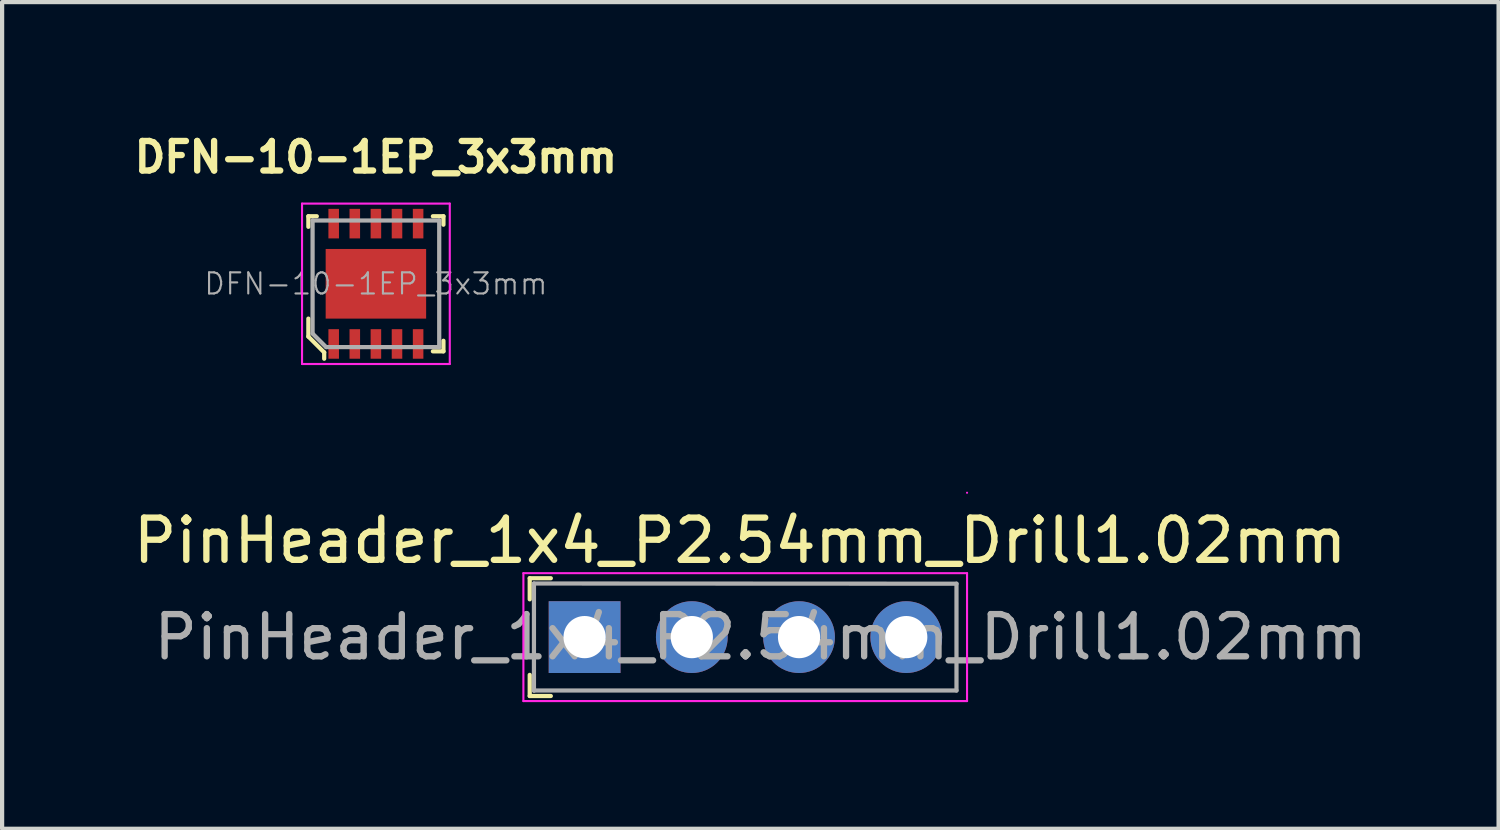
<source format=kicad_pcb>
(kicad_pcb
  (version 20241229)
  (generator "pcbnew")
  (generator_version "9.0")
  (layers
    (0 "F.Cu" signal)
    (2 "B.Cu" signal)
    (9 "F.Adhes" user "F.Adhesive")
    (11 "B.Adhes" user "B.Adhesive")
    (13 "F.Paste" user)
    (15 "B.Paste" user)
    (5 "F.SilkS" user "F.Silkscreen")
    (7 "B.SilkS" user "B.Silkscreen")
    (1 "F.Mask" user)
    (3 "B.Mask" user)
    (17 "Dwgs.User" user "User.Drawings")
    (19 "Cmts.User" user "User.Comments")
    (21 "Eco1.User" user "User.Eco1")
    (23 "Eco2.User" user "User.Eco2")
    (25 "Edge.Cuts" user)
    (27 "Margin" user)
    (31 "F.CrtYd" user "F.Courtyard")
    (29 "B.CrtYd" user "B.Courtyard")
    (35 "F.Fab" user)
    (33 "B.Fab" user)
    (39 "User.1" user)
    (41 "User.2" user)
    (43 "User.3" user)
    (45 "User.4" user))
  (footprint "PinHeader_1x4_P2.54mm_Drill1.02mm"
    (layer "F.Cu")
    (at 10.799 12.043)
    (property "Reference" "PinHeader_1x4_P2.54mm_Drill1.02mm" (at 3.683 -2.286 0) (layer "F.SilkS") (effects (font (size 1 1) (thickness 0.15))))
    (attr through_hole)
    (fp_line (start -1.3 -1.395) (end -1.3 -0.895) (stroke (width 0.1) (type solid)) (layer "F.SilkS"))
    (fp_line (start -1.3 -1.395) (end -0.8 -1.395) (stroke (width 0.1) (type solid)) (layer "F.SilkS"))
    (fp_line (start -1.3 1.395) (end -1.3 0.895) (stroke (width 0.1) (type solid)) (layer "F.SilkS"))
    (fp_line (start -1.3 1.395) (end -0.8 1.395) (stroke (width 0.1) (type solid)) (layer "F.SilkS"))
    (fp_line (start -1.45 -1.515) (end -1.45 1.515) (stroke (width 0.05) (type solid)) (layer "F.CrtYd"))
    (fp_line (start 9.06 -3.42) (end 9.06 -3.42) (stroke (width 0.05) (type solid)) (layer "F.CrtYd"))
    (fp_line (start 9.06 -1.515) (end -1.45 -1.515) (stroke (width 0.05) (type solid)) (layer "F.CrtYd"))
    (fp_line (start 9.06 -1.515) (end 9.06 1.515) (stroke (width 0.05) (type solid)) (layer "F.CrtYd"))
    (fp_line (start 9.06 1.515) (end -1.45 1.515) (stroke (width 0.05) (type solid)) (layer "F.CrtYd"))
    (fp_line (start -1.2 -1.27) (end -1.2 1.27) (stroke (width 0.1) (type solid)) (layer "F.Fab"))
    (fp_line (start -1.2 -1.27) (end 8.81 -1.265) (stroke (width 0.1) (type solid)) (layer "F.Fab"))
    (fp_line (start -1.2 1.265) (end 8.81 1.265) (stroke (width 0.1) (type solid)) (layer "F.Fab"))
    (fp_line (start 8.81 -1.265) (end 8.81 1.265) (stroke (width 0.1) (type solid)) (layer "F.Fab"))
    (fp_text user "${REFERENCE}" (at 4.17 0 0) (layer "F.Fab") (effects (font (size 1 1) (thickness 0.15))))
    (pad "1" thru_hole rect (at 0 0) (size 1.7 1.7) (drill 1) (layers "*.Cu" "*.Mask"))
    (pad "2" thru_hole circle (at 2.54 0) (size 1.7 1.7) (drill 1) (layers "*.Cu" "*.Mask"))
    (pad "3" thru_hole circle (at 5.08 0) (size 1.7 1.7) (drill 1) (layers "*.Cu" "*.Mask"))
    (pad "4" thru_hole circle (at 7.62 0) (size 1.7 1.7) (drill 1) (layers "*.Cu" "*.Mask")))
  (footprint "DFN-10-1EP_3x3mm"
    (layer "F.Cu")
    (at 5.855 3.673)
    (property "Reference" "DFN-10-1EP_3x3mm" (at 0 -3 0) (layer "F.SilkS") (effects (font (size 0.7 0.7) (thickness 0.15))))
    (attr smd)
    (fp_line (start -1.6 -1.6) (end -1.6 -1.35) (stroke (width 0.1) (type solid)) (layer "F.SilkS"))
    (fp_line (start -1.6 -1.6) (end -1.4 -1.6) (stroke (width 0.1) (type solid)) (layer "F.SilkS"))
    (fp_line (start -1.6 1.25) (end -1.6 0.825) (stroke (width 0.1) (type solid)) (layer "F.SilkS"))
    (fp_line (start -1.6 1.25) (end -1.225 1.625) (stroke (width 0.1) (type solid)) (layer "F.SilkS"))
    (fp_line (start -1.225 1.625) (end -1.225 1.775) (stroke (width 0.1) (type solid)) (layer "F.SilkS"))
    (fp_line (start 1.6 -1.6) (end 1.35 -1.6) (stroke (width 0.1) (type solid)) (layer "F.SilkS"))
    (fp_line (start 1.6 -1.6) (end 1.6 -1.4) (stroke (width 0.1) (type solid)) (layer "F.SilkS"))
    (fp_line (start 1.6 1.6) (end 1.35 1.6) (stroke (width 0.1) (type solid)) (layer "F.SilkS"))
    (fp_line (start 1.6 1.6) (end 1.6 1.35) (stroke (width 0.1) (type solid)) (layer "F.SilkS"))
    (fp_line (start -1.75 -1.9) (end 1.75 -1.9) (stroke (width 0.05) (type solid)) (layer "F.CrtYd"))
    (fp_line (start -1.75 1.9) (end -1.75 -1.9) (stroke (width 0.05) (type solid)) (layer "F.CrtYd"))
    (fp_line (start -1.75 1.9) (end 1.75 1.9) (stroke (width 0.05) (type solid)) (layer "F.CrtYd"))
    (fp_line (start 1.75 -1.9) (end 1.75 1.9) (stroke (width 0.05) (type solid)) (layer "F.CrtYd"))
    (fp_line (start -1.5 -1.5) (end -1.5 1.175) (stroke (width 0.1) (type solid)) (layer "F.Fab"))
    (fp_line (start -1.5 -1.5) (end 1.5 -1.5) (stroke (width 0.1) (type solid)) (layer "F.Fab"))
    (fp_line (start -1.18 1.5) (end -1.5 1.18) (stroke (width 0.1) (type solid)) (layer "F.Fab"))
    (fp_line (start 1.5 -1.5) (end 1.5 1.5) (stroke (width 0.1) (type solid)) (layer "F.Fab"))
    (fp_line (start 1.5 1.5) (end -1.175 1.5) (stroke (width 0.1) (type solid)) (layer "F.Fab"))
    (fp_text user "${REFERENCE}" (at 0 0 0) (layer "F.Fab") (effects (font (size 0.5 0.5) (thickness 0.05))))
    (pad "1" smd rect (at -1 1.425) (size 0.25 0.7) (layers "F.Cu" "F.Mask" "F.Paste"))
    (pad "2" smd rect (at -0.5 1.425) (size 0.25 0.7) (layers "F.Cu" "F.Mask" "F.Paste"))
    (pad "3" smd rect (at 0 1.425) (size 0.25 0.7) (layers "F.Cu" "F.Mask" "F.Paste"))
    (pad "4" smd rect (at 0.5 1.425) (size 0.25 0.7) (layers "F.Cu" "F.Mask" "F.Paste"))
    (pad "5" smd rect (at 1 1.425) (size 0.25 0.7) (layers "F.Cu" "F.Mask" "F.Paste"))
    (pad "6" smd rect (at 1 -1.425) (size 0.25 0.7) (layers "F.Cu" "F.Mask" "F.Paste"))
    (pad "7" smd rect (at 0.5 -1.425) (size 0.25 0.7) (layers "F.Cu" "F.Mask" "F.Paste"))
    (pad "8" smd rect (at 0 -1.425) (size 0.25 0.7) (layers "F.Cu" "F.Mask" "F.Paste"))
    (pad "9" smd rect (at -0.5 -1.425) (size 0.25 0.7) (layers "F.Cu" "F.Mask" "F.Paste"))
    (pad "10" smd rect (at -1 -1.425) (size 0.25 0.7) (layers "F.Cu" "F.Mask" "F.Paste"))
    (pad "11" smd rect (at 0 0) (size 2.38 1.65) (layers "F.Cu" "F.Mask" "F.Paste")))
  (gr_rect
    (start -3 -3)
    (end 32.451 16.583)
    (stroke (width 0.1) (type default))
    (fill no)
    (layer "Edge.Cuts")))
</source>
